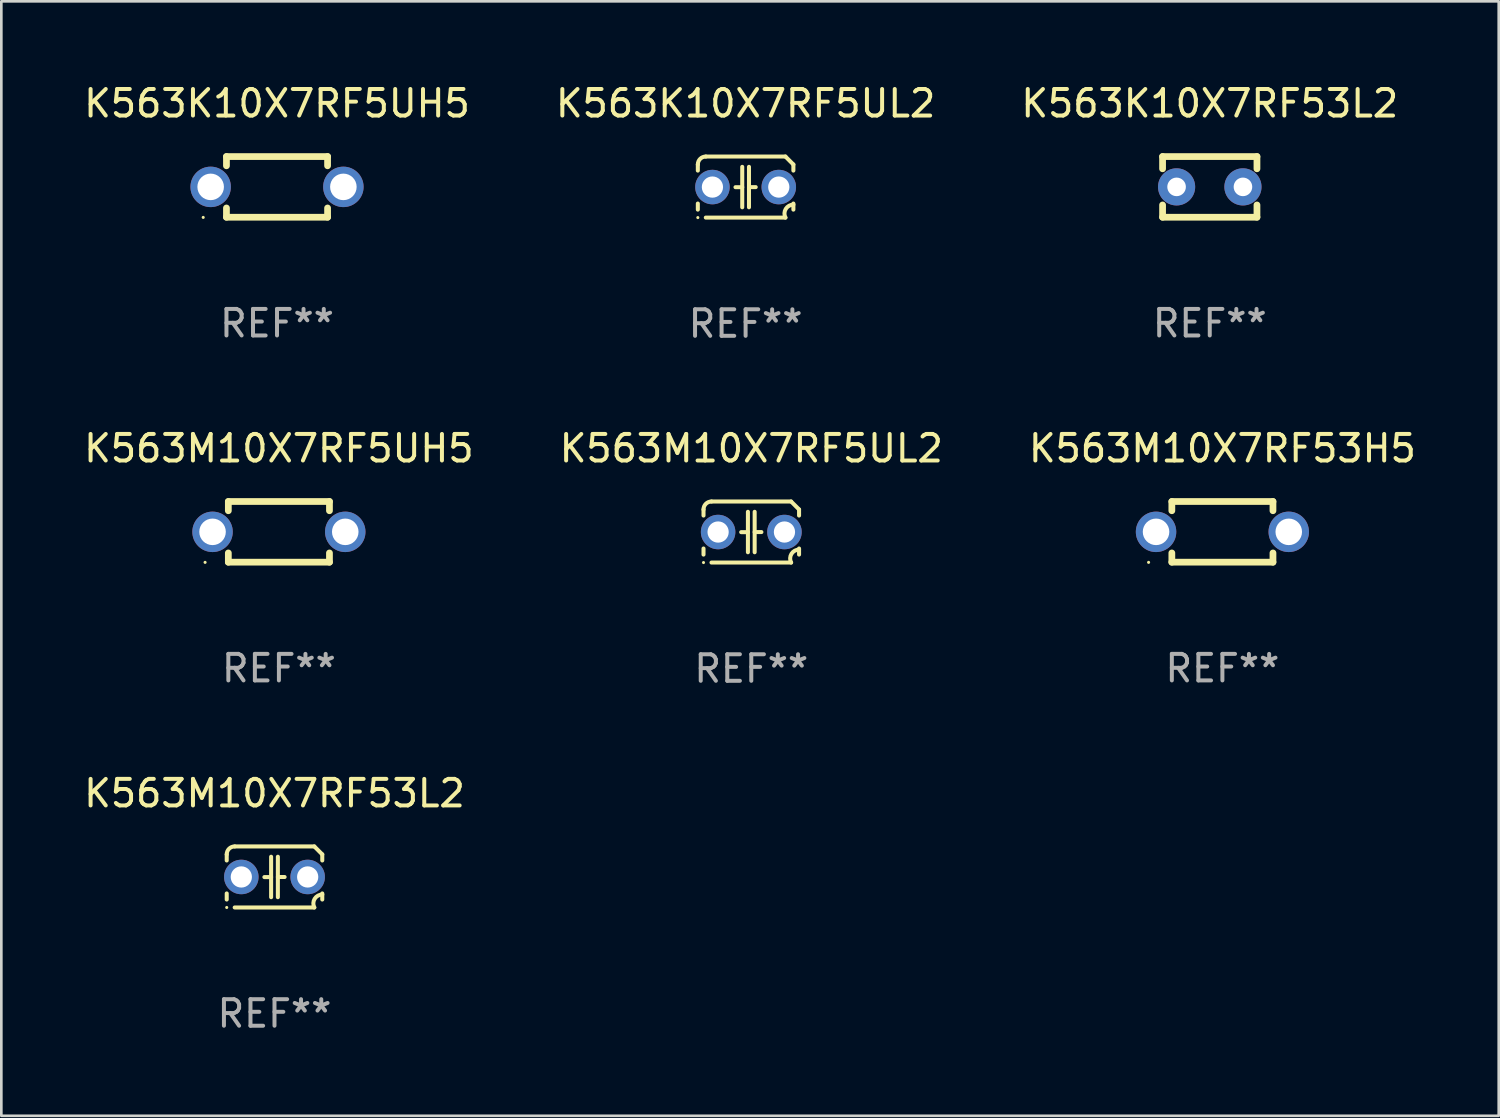
<source format=kicad_pcb>
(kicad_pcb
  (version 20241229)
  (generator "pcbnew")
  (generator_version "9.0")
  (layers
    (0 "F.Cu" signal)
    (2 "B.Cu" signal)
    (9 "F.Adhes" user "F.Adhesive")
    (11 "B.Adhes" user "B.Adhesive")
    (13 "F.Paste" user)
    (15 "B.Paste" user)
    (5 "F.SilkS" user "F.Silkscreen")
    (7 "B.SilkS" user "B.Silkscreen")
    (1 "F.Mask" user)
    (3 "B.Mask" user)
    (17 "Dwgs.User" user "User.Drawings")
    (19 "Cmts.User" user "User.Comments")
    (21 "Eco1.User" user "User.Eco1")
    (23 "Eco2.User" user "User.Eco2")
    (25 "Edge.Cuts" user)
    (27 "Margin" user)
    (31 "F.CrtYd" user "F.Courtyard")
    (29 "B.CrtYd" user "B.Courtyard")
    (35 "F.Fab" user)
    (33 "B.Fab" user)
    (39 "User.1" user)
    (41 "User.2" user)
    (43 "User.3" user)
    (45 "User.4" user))
  (footprint "K563M10X7RF53H5"
    (layer "F.Cu")
    (at 43.006 16.988)
    (property "Reference" "K563M10X7RF53H5" (at 0 -3.143 0) (layer "F.SilkS") (effects (font (size 1 1) (thickness 0.15))))
    (attr through_hole)
    (fp_line (start -1.905 -1.143) (end 1.905 -1.143) (stroke (width 0.254) (type solid)) (layer "F.SilkS"))
    (fp_line (start -1.905 -0.795) (end -1.905 -1.143) (stroke (width 0.254) (type solid)) (layer "F.SilkS"))
    (fp_line (start -1.905 1.143) (end -1.905 0.795) (stroke (width 0.254) (type solid)) (layer "F.SilkS"))
    (fp_line (start 1.905 -1.143) (end 1.905 -0.795) (stroke (width 0.254) (type solid)) (layer "F.SilkS"))
    (fp_line (start 1.905 0.795) (end 1.905 1.143) (stroke (width 0.254) (type solid)) (layer "F.SilkS"))
    (fp_line (start 1.905 1.143) (end -1.905 1.143) (stroke (width 0.254) (type solid)) (layer "F.SilkS"))
    (fp_circle (center -2.781 1.15) (end -2.751 1.15) (stroke (width 0.06) (type solid)) (fill no) (layer "F.SilkS"))
    (fp_text user "REF**" (at 0 5.143 0) (layer "F.Fab") (effects (font (size 1 1) (thickness 0.15))))
    (pad "1" thru_hole circle (at -2.5 0) (size 1.524 1.524) (drill 1) (layers "*.Cu" "*.Mask"))
    (pad "2" thru_hole circle (at 2.5 0) (size 1.524 1.524) (drill 1) (layers "*.Cu" "*.Mask")))
  (footprint "K563M10X7RF5UH5"
    (layer "F.Cu")
    (at 7.458 16.988)
    (property "Reference" "K563M10X7RF5UH5" (at 0 -3.143 0) (layer "F.SilkS") (effects (font (size 1 1) (thickness 0.15))))
    (attr through_hole)
    (fp_line (start -1.905 -1.143) (end 1.905 -1.143) (stroke (width 0.254) (type solid)) (layer "F.SilkS"))
    (fp_line (start -1.905 -0.795) (end -1.905 -1.143) (stroke (width 0.254) (type solid)) (layer "F.SilkS"))
    (fp_line (start -1.905 1.143) (end -1.905 0.795) (stroke (width 0.254) (type solid)) (layer "F.SilkS"))
    (fp_line (start 1.905 -1.143) (end 1.905 -0.795) (stroke (width 0.254) (type solid)) (layer "F.SilkS"))
    (fp_line (start 1.905 0.795) (end 1.905 1.143) (stroke (width 0.254) (type solid)) (layer "F.SilkS"))
    (fp_line (start 1.905 1.143) (end -1.905 1.143) (stroke (width 0.254) (type solid)) (layer "F.SilkS"))
    (fp_circle (center -2.781 1.15) (end -2.751 1.15) (stroke (width 0.06) (type solid)) (fill no) (layer "F.SilkS"))
    (fp_text user "REF**" (at 0 5.143 0) (layer "F.Fab") (effects (font (size 1 1) (thickness 0.15))))
    (pad "1" thru_hole circle (at -2.5 0) (size 1.524 1.524) (drill 1) (layers "*.Cu" "*.Mask"))
    (pad "2" thru_hole circle (at 2.5 0) (size 1.524 1.524) (drill 1) (layers "*.Cu" "*.Mask")))
  (footprint "K563M10X7RF53L2"
    (layer "F.Cu")
    (at 7.292 29.991)
    (property "Reference" "K563M10X7RF53L2" (at 0 -3.15 0) (layer "F.SilkS") (effects (font (size 1 1) (thickness 0.15))))
    (attr through_hole)
    (fp_line (start -1.8 -0.621) (end -1.8 -0.85) (stroke (width 0.152) (type solid)) (layer "F.SilkS"))
    (fp_line (start -1.8 0.85) (end -1.8 0.621) (stroke (width 0.152) (type solid)) (layer "F.SilkS"))
    (fp_line (start -1.5 -1.15) (end 1.5 -1.15) (stroke (width 0.152) (type solid)) (layer "F.SilkS"))
    (fp_line (start -0.127 -0.762) (end -0.127 0.762) (stroke (width 0.152) (type solid)) (layer "F.SilkS"))
    (fp_line (start -0.127 0.005) (end -0.381 0.005) (stroke (width 0.152) (type solid)) (layer "F.SilkS"))
    (fp_line (start 0.127 -0.762) (end 0.127 0.762) (stroke (width 0.152) (type solid)) (layer "F.SilkS"))
    (fp_line (start 0.127 0.002) (end 0.381 0.002) (stroke (width 0.152) (type solid)) (layer "F.SilkS"))
    (fp_line (start 1.5 1.15) (end -1.5 1.15) (stroke (width 0.152) (type solid)) (layer "F.SilkS"))
    (fp_line (start 1.8 -0.85) (end 1.8 -0.621) (stroke (width 0.152) (type solid)) (layer "F.SilkS"))
    (fp_line (start 1.8 0.621) (end 1.8 0.85) (stroke (width 0.152) (type solid)) (layer "F.SilkS"))
    (fp_arc (start -1.799975 -0.849987) (mid -1.712107 -1.062119) (end -1.499975 -1.149987) (stroke (width 0.151994) (type solid)) (layer "F.SilkS"))
    (fp_arc (start 1.499975 1.149987) (mid 1.513726 0.822359) (end 1.799975 0.662387) (stroke (width 0.151994) (type solid)) (layer "F.SilkS"))
    (fp_arc (start 1.500001 -1.149986) (mid 1.650015 -1.000001) (end 1.8 -0.849987) (stroke (width 0.151994) (type solid)) (layer "F.SilkS"))
    (fp_circle (center -1.8 1.15) (end -1.77 1.15) (stroke (width 0.06) (type solid)) (fill no) (layer "F.SilkS"))
    (fp_text user "REF**" (at 0 5.15 0) (layer "F.Fab") (effects (font (size 1 1) (thickness 0.15))))
    (pad "1" thru_hole circle (at -1.25 0) (size 1.3 1.3) (drill 0.8) (layers "*.Cu" "*.Mask"))
    (pad "2" thru_hole circle (at 1.25 0) (size 1.3 1.3) (drill 0.8) (layers "*.Cu" "*.Mask")))
  (footprint "K563M10X7RF5UL2"
    (layer "F.Cu")
    (at 25.256 16.995)
    (property "Reference" "K563M10X7RF5UL2" (at 0 -3.15 0) (layer "F.SilkS") (effects (font (size 1 1) (thickness 0.15))))
    (attr through_hole)
    (fp_line (start -1.8 -0.621) (end -1.8 -0.85) (stroke (width 0.152) (type solid)) (layer "F.SilkS"))
    (fp_line (start -1.8 0.85) (end -1.8 0.621) (stroke (width 0.152) (type solid)) (layer "F.SilkS"))
    (fp_line (start -1.5 -1.15) (end 1.5 -1.15) (stroke (width 0.152) (type solid)) (layer "F.SilkS"))
    (fp_line (start -0.127 -0.762) (end -0.127 0.762) (stroke (width 0.152) (type solid)) (layer "F.SilkS"))
    (fp_line (start -0.127 0.005) (end -0.381 0.005) (stroke (width 0.152) (type solid)) (layer "F.SilkS"))
    (fp_line (start 0.127 -0.762) (end 0.127 0.762) (stroke (width 0.152) (type solid)) (layer "F.SilkS"))
    (fp_line (start 0.127 0.002) (end 0.381 0.002) (stroke (width 0.152) (type solid)) (layer "F.SilkS"))
    (fp_line (start 1.5 1.15) (end -1.5 1.15) (stroke (width 0.152) (type solid)) (layer "F.SilkS"))
    (fp_line (start 1.8 -0.85) (end 1.8 -0.621) (stroke (width 0.152) (type solid)) (layer "F.SilkS"))
    (fp_line (start 1.8 0.621) (end 1.8 0.85) (stroke (width 0.152) (type solid)) (layer "F.SilkS"))
    (fp_arc (start -1.799975 -0.849987) (mid -1.712107 -1.062119) (end -1.499975 -1.149987) (stroke (width 0.151994) (type solid)) (layer "F.SilkS"))
    (fp_arc (start 1.499975 1.149987) (mid 1.513726 0.822359) (end 1.799975 0.662387) (stroke (width 0.151994) (type solid)) (layer "F.SilkS"))
    (fp_arc (start 1.500001 -1.149986) (mid 1.650015 -1.000001) (end 1.8 -0.849987) (stroke (width 0.151994) (type solid)) (layer "F.SilkS"))
    (fp_circle (center -1.8 1.15) (end -1.77 1.15) (stroke (width 0.06) (type solid)) (fill no) (layer "F.SilkS"))
    (fp_text user "REF**" (at 0 5.15 0) (layer "F.Fab") (effects (font (size 1 1) (thickness 0.15))))
    (pad "1" thru_hole circle (at -1.25 0) (size 1.3 1.3) (drill 0.8) (layers "*.Cu" "*.Mask"))
    (pad "2" thru_hole circle (at 1.25 0) (size 1.3 1.3) (drill 0.8) (layers "*.Cu" "*.Mask")))
  (footprint "K563K10X7RF53L2"
    (layer "F.Cu")
    (at 42.53 3.991)
    (property "Reference" "K563K10X7RF53L2" (at 0 -3.143 0) (layer "F.SilkS") (effects (font (size 1 1) (thickness 0.15))))
    (attr through_hole)
    (fp_line (start -1.778 -1.143) (end 1.778 -1.143) (stroke (width 0.254) (type solid)) (layer "F.SilkS"))
    (fp_line (start -1.778 -0.681) (end -1.778 -1.143) (stroke (width 0.254) (type solid)) (layer "F.SilkS"))
    (fp_line (start -1.778 1.143) (end -1.778 0.681) (stroke (width 0.254) (type solid)) (layer "F.SilkS"))
    (fp_line (start 1.778 -1.143) (end 1.778 -0.681) (stroke (width 0.254) (type solid)) (layer "F.SilkS"))
    (fp_line (start 1.778 0.681) (end 1.778 1.143) (stroke (width 0.254) (type solid)) (layer "F.SilkS"))
    (fp_line (start 1.778 1.143) (end -1.778 1.143) (stroke (width 0.254) (type solid)) (layer "F.SilkS"))
    (fp_circle (center -1.8 1.15) (end -1.77 1.15) (stroke (width 0.06) (type solid)) (fill no) (layer "F.SilkS"))
    (fp_text user "REF**" (at 0 5.143 0) (layer "F.Fab") (effects (font (size 1 1) (thickness 0.15))))
    (pad "1" thru_hole circle (at -1.25 0) (size 1.4 1.4) (drill 0.7) (layers "*.Cu" "*.Mask"))
    (pad "2" thru_hole circle (at 1.25 0) (size 1.4 1.4) (drill 0.7) (layers "*.Cu" "*.Mask")))
  (footprint "K563K10X7RF5UL2"
    (layer "F.Cu")
    (at 25.042 3.998)
    (property "Reference" "K563K10X7RF5UL2" (at 0 -3.15 0) (layer "F.SilkS") (effects (font (size 1 1) (thickness 0.15))))
    (attr through_hole)
    (fp_line (start -1.8 -0.621) (end -1.8 -0.85) (stroke (width 0.152) (type solid)) (layer "F.SilkS"))
    (fp_line (start -1.8 0.85) (end -1.8 0.621) (stroke (width 0.152) (type solid)) (layer "F.SilkS"))
    (fp_line (start -1.5 -1.15) (end 1.5 -1.15) (stroke (width 0.152) (type solid)) (layer "F.SilkS"))
    (fp_line (start -0.127 -0.762) (end -0.127 0.762) (stroke (width 0.152) (type solid)) (layer "F.SilkS"))
    (fp_line (start -0.127 0.005) (end -0.381 0.005) (stroke (width 0.152) (type solid)) (layer "F.SilkS"))
    (fp_line (start 0.127 -0.762) (end 0.127 0.762) (stroke (width 0.152) (type solid)) (layer "F.SilkS"))
    (fp_line (start 0.127 0.002) (end 0.381 0.002) (stroke (width 0.152) (type solid)) (layer "F.SilkS"))
    (fp_line (start 1.5 1.15) (end -1.5 1.15) (stroke (width 0.152) (type solid)) (layer "F.SilkS"))
    (fp_line (start 1.8 -0.85) (end 1.8 -0.621) (stroke (width 0.152) (type solid)) (layer "F.SilkS"))
    (fp_line (start 1.8 0.621) (end 1.8 0.85) (stroke (width 0.152) (type solid)) (layer "F.SilkS"))
    (fp_arc (start -1.799975 -0.849987) (mid -1.712107 -1.062119) (end -1.499975 -1.149987) (stroke (width 0.151994) (type solid)) (layer "F.SilkS"))
    (fp_arc (start 1.499975 1.149987) (mid 1.513726 0.822359) (end 1.799975 0.662387) (stroke (width 0.151994) (type solid)) (layer "F.SilkS"))
    (fp_arc (start 1.500001 -1.149986) (mid 1.650015 -1.000001) (end 1.8 -0.849987) (stroke (width 0.151994) (type solid)) (layer "F.SilkS"))
    (fp_circle (center -1.8 1.15) (end -1.77 1.15) (stroke (width 0.06) (type solid)) (fill no) (layer "F.SilkS"))
    (fp_text user "REF**" (at 0 5.15 0) (layer "F.Fab") (effects (font (size 1 1) (thickness 0.15))))
    (pad "1" thru_hole circle (at -1.25 0) (size 1.3 1.3) (drill 0.8) (layers "*.Cu" "*.Mask"))
    (pad "2" thru_hole circle (at 1.25 0) (size 1.3 1.3) (drill 0.8) (layers "*.Cu" "*.Mask")))
  (footprint "K563K10X7RF5UH5"
    (layer "F.Cu")
    (at 7.387 3.991)
    (property "Reference" "K563K10X7RF5UH5" (at 0 -3.143 0) (layer "F.SilkS") (effects (font (size 1 1) (thickness 0.15))))
    (attr through_hole)
    (fp_line (start -1.905 -1.143) (end 1.905 -1.143) (stroke (width 0.254) (type solid)) (layer "F.SilkS"))
    (fp_line (start -1.905 -0.795) (end -1.905 -1.143) (stroke (width 0.254) (type solid)) (layer "F.SilkS"))
    (fp_line (start -1.905 1.143) (end -1.905 0.795) (stroke (width 0.254) (type solid)) (layer "F.SilkS"))
    (fp_line (start 1.905 -1.143) (end 1.905 -0.795) (stroke (width 0.254) (type solid)) (layer "F.SilkS"))
    (fp_line (start 1.905 0.795) (end 1.905 1.143) (stroke (width 0.254) (type solid)) (layer "F.SilkS"))
    (fp_line (start 1.905 1.143) (end -1.905 1.143) (stroke (width 0.254) (type solid)) (layer "F.SilkS"))
    (fp_circle (center -2.781 1.15) (end -2.751 1.15) (stroke (width 0.06) (type solid)) (fill no) (layer "F.SilkS"))
    (fp_text user "REF**" (at 0 5.143 0) (layer "F.Fab") (effects (font (size 1 1) (thickness 0.15))))
    (pad "1" thru_hole circle (at -2.5 0) (size 1.524 1.524) (drill 1) (layers "*.Cu" "*.Mask"))
    (pad "2" thru_hole circle (at 2.5 0) (size 1.524 1.524) (drill 1) (layers "*.Cu" "*.Mask")))
  (gr_rect
    (start -3 -3)
    (end 53.417 38.989)
    (stroke (width 0.1) (type default))
    (fill no)
    (layer "Edge.Cuts")))
</source>
